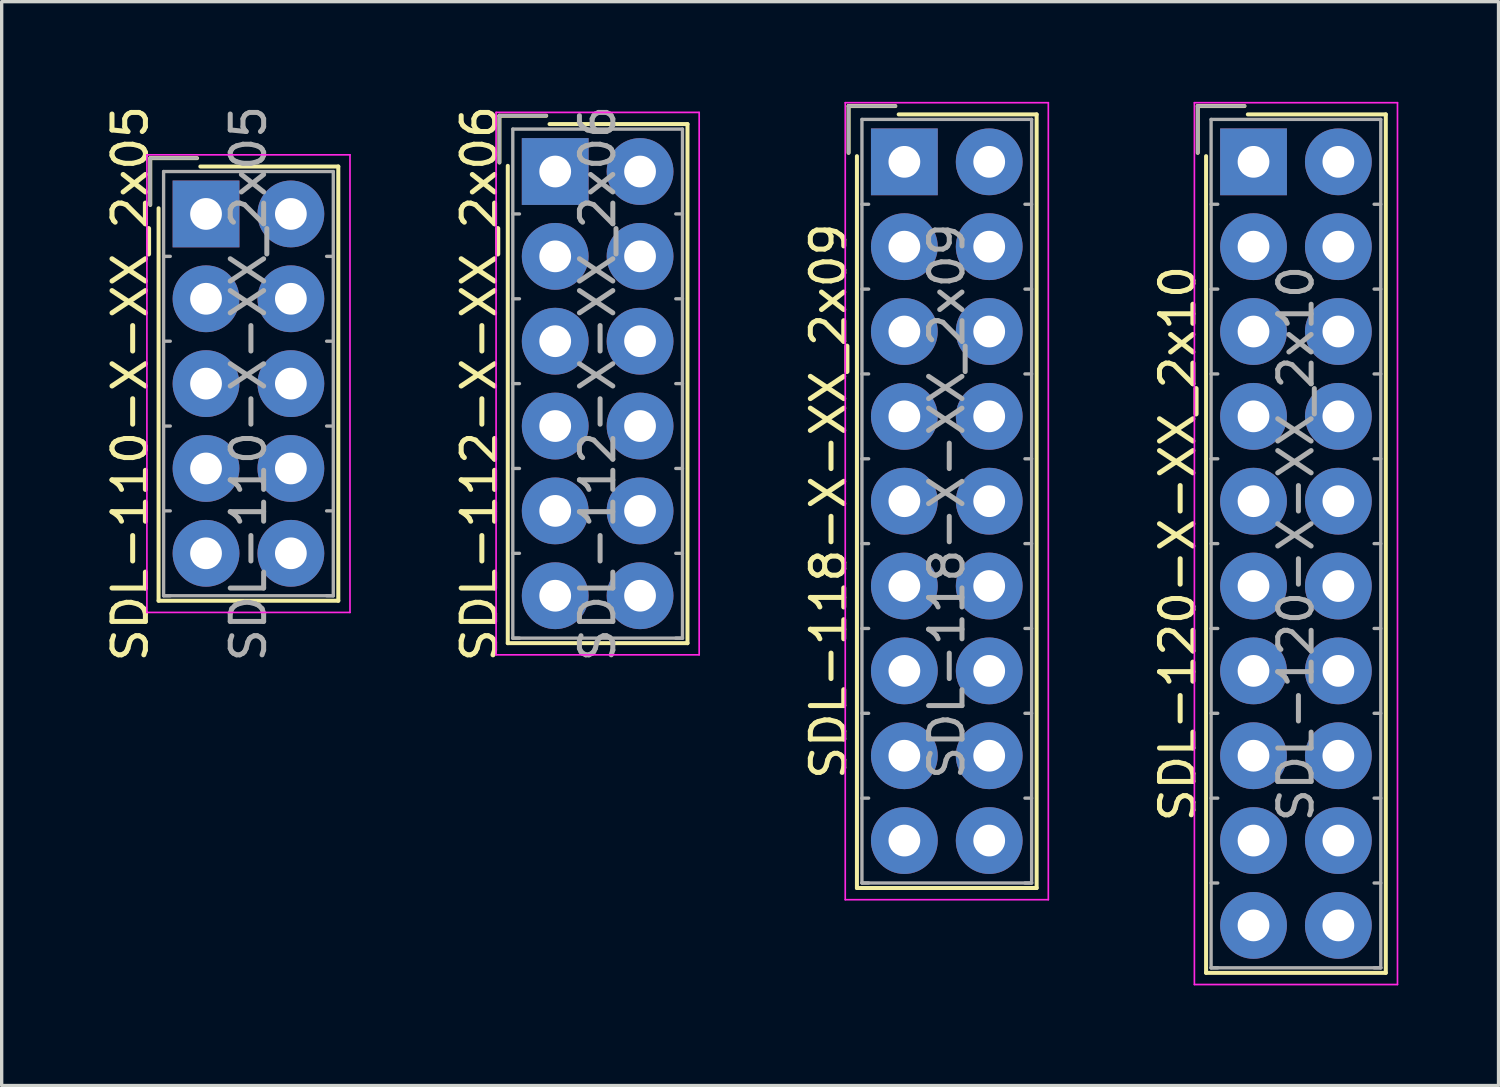
<source format=kicad_pcb>
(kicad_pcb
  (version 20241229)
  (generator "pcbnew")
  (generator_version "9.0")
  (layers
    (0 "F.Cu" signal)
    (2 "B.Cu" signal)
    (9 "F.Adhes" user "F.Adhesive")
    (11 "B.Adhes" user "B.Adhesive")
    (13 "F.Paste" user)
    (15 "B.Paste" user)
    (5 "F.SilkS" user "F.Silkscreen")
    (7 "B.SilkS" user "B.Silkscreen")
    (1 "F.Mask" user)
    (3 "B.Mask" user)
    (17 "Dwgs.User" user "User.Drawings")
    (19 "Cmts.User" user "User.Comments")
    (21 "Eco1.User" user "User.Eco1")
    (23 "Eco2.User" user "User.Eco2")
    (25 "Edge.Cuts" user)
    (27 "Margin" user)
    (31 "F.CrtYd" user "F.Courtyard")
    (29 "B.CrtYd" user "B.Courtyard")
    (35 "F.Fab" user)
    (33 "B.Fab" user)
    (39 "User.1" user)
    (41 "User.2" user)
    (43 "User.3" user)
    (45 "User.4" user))
  (footprint "SDL-110-X-XX_2x05"
    (layer "F.Cu")
    (at 3.118 3.355)
    (property "Reference" "SDL-110-X-XX_2x05" (at -2.27 5.08 90) (layer "F.SilkS") (effects (font (size 1 1) (thickness 0.15))))
    (attr through_hole)
    (fp_line (start -1.67 -1.67) (end -1.67 -0.27) (stroke (width 0.12) (type solid)) (layer "F.SilkS"))
    (fp_line (start -1.42 11.58) (end -1.42 -0.17) (stroke (width 0.12) (type solid)) (layer "F.SilkS"))
    (fp_line (start -0.27 -1.67) (end -1.67 -1.67) (stroke (width 0.12) (type solid)) (layer "F.SilkS"))
    (fp_line (start -0.17 -1.42) (end 3.96 -1.42) (stroke (width 0.12) (type solid)) (layer "F.SilkS"))
    (fp_line (start 3.96 -1.42) (end 3.96 11.58) (stroke (width 0.12) (type solid)) (layer "F.SilkS"))
    (fp_line (start 3.96 11.58) (end -1.42 11.58) (stroke (width 0.12) (type solid)) (layer "F.SilkS"))
    (fp_line (start -1.77 -1.77) (end -1.77 11.93) (stroke (width 0.05) (type solid)) (layer "F.CrtYd"))
    (fp_line (start -1.77 11.93) (end 4.31 11.93) (stroke (width 0.05) (type solid)) (layer "F.CrtYd"))
    (fp_line (start 4.31 -1.77) (end -1.77 -1.77) (stroke (width 0.05) (type solid)) (layer "F.CrtYd"))
    (fp_line (start 4.31 11.93) (end 4.31 -1.77) (stroke (width 0.05) (type solid)) (layer "F.CrtYd"))
    (fp_line (start -1.67 -1.67) (end -1.67 -0.27) (stroke (width 0.1) (type solid)) (layer "F.Fab"))
    (fp_line (start -1.27 -1.27) (end -1.27 11.43) (stroke (width 0.1) (type solid)) (layer "F.Fab"))
    (fp_line (start -1.27 1.27) (end -1.07 1.27) (stroke (width 0.1) (type solid)) (layer "F.Fab"))
    (fp_line (start -1.27 3.81) (end -1.07 3.81) (stroke (width 0.1) (type solid)) (layer "F.Fab"))
    (fp_line (start -1.27 6.35) (end -1.07 6.35) (stroke (width 0.1) (type solid)) (layer "F.Fab"))
    (fp_line (start -1.27 8.89) (end -1.07 8.89) (stroke (width 0.1) (type solid)) (layer "F.Fab"))
    (fp_line (start -1.27 11.43) (end -1.07 11.43) (stroke (width 0.1) (type solid)) (layer "F.Fab"))
    (fp_line (start -1.27 11.43) (end 3.81 11.43) (stroke (width 0.1) (type solid)) (layer "F.Fab"))
    (fp_line (start -0.27 -1.67) (end -1.67 -1.67) (stroke (width 0.1) (type solid)) (layer "F.Fab"))
    (fp_line (start 3.81 -1.27) (end -1.27 -1.27) (stroke (width 0.1) (type solid)) (layer "F.Fab"))
    (fp_line (start 3.81 1.27) (end 3.61 1.27) (stroke (width 0.1) (type solid)) (layer "F.Fab"))
    (fp_line (start 3.81 3.81) (end 3.61 3.81) (stroke (width 0.1) (type solid)) (layer "F.Fab"))
    (fp_line (start 3.81 6.35) (end 3.61 6.35) (stroke (width 0.1) (type solid)) (layer "F.Fab"))
    (fp_line (start 3.81 8.89) (end 3.61 8.89) (stroke (width 0.1) (type solid)) (layer "F.Fab"))
    (fp_line (start 3.81 11.43) (end 3.61 11.43) (stroke (width 0.1) (type solid)) (layer "F.Fab"))
    (fp_line (start 3.81 11.43) (end 3.81 -1.27) (stroke (width 0.1) (type solid)) (layer "F.Fab"))
    (fp_text user "${REFERENCE}" (at 1.27 5.08 90) (layer "F.Fab") (effects (font (size 1 1) (thickness 0.15))))
    (pad "1" thru_hole rect (at 0 0) (size 2 2) (drill 0.95) (layers "*.Cu" "*.Mask"))
    (pad "2" thru_hole circle (at 2.54 0) (size 2 2) (drill 0.95) (layers "*.Cu" "*.Mask"))
    (pad "3" thru_hole circle (at 0 2.54) (size 2 2) (drill 0.95) (layers "*.Cu" "*.Mask"))
    (pad "4" thru_hole circle (at 2.54 2.54) (size 2 2) (drill 0.95) (layers "*.Cu" "*.Mask"))
    (pad "5" thru_hole circle (at 0 5.08) (size 2 2) (drill 0.95) (layers "*.Cu" "*.Mask"))
    (pad "6" thru_hole circle (at 2.54 5.08) (size 2 2) (drill 0.95) (layers "*.Cu" "*.Mask"))
    (pad "7" thru_hole circle (at 0 7.62) (size 2 2) (drill 0.95) (layers "*.Cu" "*.Mask"))
    (pad "8" thru_hole circle (at 2.54 7.62) (size 2 2) (drill 0.95) (layers "*.Cu" "*.Mask"))
    (pad "9" thru_hole circle (at 0 10.16) (size 2 2) (drill 0.95) (layers "*.Cu" "*.Mask"))
    (pad "10" thru_hole circle (at 2.54 10.16) (size 2 2) (drill 0.95) (layers "*.Cu" "*.Mask")))
  (footprint "SDL-112-X-XX_2x06"
    (layer "F.Cu")
    (at 13.572 2.085)
    (property "Reference" "SDL-112-X-XX_2x06" (at -2.27 6.35 90) (layer "F.SilkS") (effects (font (size 1 1) (thickness 0.15))))
    (attr through_hole)
    (fp_line (start -1.67 -1.67) (end -1.67 -0.27) (stroke (width 0.12) (type solid)) (layer "F.SilkS"))
    (fp_line (start -1.42 14.12) (end -1.42 -0.17) (stroke (width 0.12) (type solid)) (layer "F.SilkS"))
    (fp_line (start -0.27 -1.67) (end -1.67 -1.67) (stroke (width 0.12) (type solid)) (layer "F.SilkS"))
    (fp_line (start -0.17 -1.42) (end 3.96 -1.42) (stroke (width 0.12) (type solid)) (layer "F.SilkS"))
    (fp_line (start 3.96 -1.42) (end 3.96 14.12) (stroke (width 0.12) (type solid)) (layer "F.SilkS"))
    (fp_line (start 3.96 14.12) (end -1.42 14.12) (stroke (width 0.12) (type solid)) (layer "F.SilkS"))
    (fp_line (start -1.77 -1.77) (end -1.77 14.47) (stroke (width 0.05) (type solid)) (layer "F.CrtYd"))
    (fp_line (start -1.77 14.47) (end 4.31 14.47) (stroke (width 0.05) (type solid)) (layer "F.CrtYd"))
    (fp_line (start 4.31 -1.77) (end -1.77 -1.77) (stroke (width 0.05) (type solid)) (layer "F.CrtYd"))
    (fp_line (start 4.31 14.47) (end 4.31 -1.77) (stroke (width 0.05) (type solid)) (layer "F.CrtYd"))
    (fp_line (start -1.67 -1.67) (end -1.67 -0.27) (stroke (width 0.1) (type solid)) (layer "F.Fab"))
    (fp_line (start -1.27 -1.27) (end -1.27 13.97) (stroke (width 0.1) (type solid)) (layer "F.Fab"))
    (fp_line (start -1.27 1.27) (end -1.07 1.27) (stroke (width 0.1) (type solid)) (layer "F.Fab"))
    (fp_line (start -1.27 3.81) (end -1.07 3.81) (stroke (width 0.1) (type solid)) (layer "F.Fab"))
    (fp_line (start -1.27 6.35) (end -1.07 6.35) (stroke (width 0.1) (type solid)) (layer "F.Fab"))
    (fp_line (start -1.27 8.89) (end -1.07 8.89) (stroke (width 0.1) (type solid)) (layer "F.Fab"))
    (fp_line (start -1.27 11.43) (end -1.07 11.43) (stroke (width 0.1) (type solid)) (layer "F.Fab"))
    (fp_line (start -1.27 13.97) (end -1.07 13.97) (stroke (width 0.1) (type solid)) (layer "F.Fab"))
    (fp_line (start -1.27 13.97) (end 3.81 13.97) (stroke (width 0.1) (type solid)) (layer "F.Fab"))
    (fp_line (start -0.27 -1.67) (end -1.67 -1.67) (stroke (width 0.1) (type solid)) (layer "F.Fab"))
    (fp_line (start 3.81 -1.27) (end -1.27 -1.27) (stroke (width 0.1) (type solid)) (layer "F.Fab"))
    (fp_line (start 3.81 1.27) (end 3.61 1.27) (stroke (width 0.1) (type solid)) (layer "F.Fab"))
    (fp_line (start 3.81 3.81) (end 3.61 3.81) (stroke (width 0.1) (type solid)) (layer "F.Fab"))
    (fp_line (start 3.81 6.35) (end 3.61 6.35) (stroke (width 0.1) (type solid)) (layer "F.Fab"))
    (fp_line (start 3.81 8.89) (end 3.61 8.89) (stroke (width 0.1) (type solid)) (layer "F.Fab"))
    (fp_line (start 3.81 11.43) (end 3.61 11.43) (stroke (width 0.1) (type solid)) (layer "F.Fab"))
    (fp_line (start 3.81 13.97) (end 3.61 13.97) (stroke (width 0.1) (type solid)) (layer "F.Fab"))
    (fp_line (start 3.81 13.97) (end 3.81 -1.27) (stroke (width 0.1) (type solid)) (layer "F.Fab"))
    (fp_text user "${REFERENCE}" (at 1.27 6.35 90) (layer "F.Fab") (effects (font (size 1 1) (thickness 0.15))))
    (pad "1" thru_hole rect (at 0 0) (size 2 2) (drill 0.95) (layers "*.Cu" "*.Mask"))
    (pad "2" thru_hole circle (at 2.54 0) (size 2 2) (drill 0.95) (layers "*.Cu" "*.Mask"))
    (pad "3" thru_hole circle (at 0 2.54) (size 2 2) (drill 0.95) (layers "*.Cu" "*.Mask"))
    (pad "4" thru_hole circle (at 2.54 2.54) (size 2 2) (drill 0.95) (layers "*.Cu" "*.Mask"))
    (pad "5" thru_hole circle (at 0 5.08) (size 2 2) (drill 0.95) (layers "*.Cu" "*.Mask"))
    (pad "6" thru_hole circle (at 2.54 5.08) (size 2 2) (drill 0.95) (layers "*.Cu" "*.Mask"))
    (pad "7" thru_hole circle (at 0 7.62) (size 2 2) (drill 0.95) (layers "*.Cu" "*.Mask"))
    (pad "8" thru_hole circle (at 2.54 7.62) (size 2 2) (drill 0.95) (layers "*.Cu" "*.Mask"))
    (pad "9" thru_hole circle (at 0 10.16) (size 2 2) (drill 0.95) (layers "*.Cu" "*.Mask"))
    (pad "10" thru_hole circle (at 2.54 10.16) (size 2 2) (drill 0.95) (layers "*.Cu" "*.Mask"))
    (pad "11" thru_hole circle (at 0 12.7) (size 2 2) (drill 0.95) (layers "*.Cu" "*.Mask"))
    (pad "12" thru_hole circle (at 2.54 12.7) (size 2 2) (drill 0.95) (layers "*.Cu" "*.Mask")))
  (footprint "SDL-120-X-XX_2x10"
    (layer "F.Cu")
    (at 34.478 1.795)
    (property "Reference" "SDL-120-X-XX_2x10" (at -2.27 11.43 90) (layer "F.SilkS") (effects (font (size 1 1) (thickness 0.15))))
    (attr through_hole)
    (fp_line (start -1.67 -1.67) (end -1.67 -0.27) (stroke (width 0.12) (type solid)) (layer "F.SilkS"))
    (fp_line (start -1.42 24.28) (end -1.42 -0.17) (stroke (width 0.12) (type solid)) (layer "F.SilkS"))
    (fp_line (start -0.27 -1.67) (end -1.67 -1.67) (stroke (width 0.12) (type solid)) (layer "F.SilkS"))
    (fp_line (start -0.17 -1.42) (end 3.96 -1.42) (stroke (width 0.12) (type solid)) (layer "F.SilkS"))
    (fp_line (start 3.96 -1.42) (end 3.96 24.28) (stroke (width 0.12) (type solid)) (layer "F.SilkS"))
    (fp_line (start 3.96 24.28) (end -1.42 24.28) (stroke (width 0.12) (type solid)) (layer "F.SilkS"))
    (fp_line (start -1.77 -1.77) (end -1.77 24.63) (stroke (width 0.05) (type solid)) (layer "F.CrtYd"))
    (fp_line (start -1.77 24.63) (end 4.31 24.63) (stroke (width 0.05) (type solid)) (layer "F.CrtYd"))
    (fp_line (start 4.31 -1.77) (end -1.77 -1.77) (stroke (width 0.05) (type solid)) (layer "F.CrtYd"))
    (fp_line (start 4.31 24.63) (end 4.31 -1.77) (stroke (width 0.05) (type solid)) (layer "F.CrtYd"))
    (fp_line (start -1.67 -1.67) (end -1.67 -0.27) (stroke (width 0.1) (type solid)) (layer "F.Fab"))
    (fp_line (start -1.27 -1.27) (end -1.27 24.13) (stroke (width 0.1) (type solid)) (layer "F.Fab"))
    (fp_line (start -1.27 1.27) (end -1.07 1.27) (stroke (width 0.1) (type solid)) (layer "F.Fab"))
    (fp_line (start -1.27 3.81) (end -1.07 3.81) (stroke (width 0.1) (type solid)) (layer "F.Fab"))
    (fp_line (start -1.27 6.35) (end -1.07 6.35) (stroke (width 0.1) (type solid)) (layer "F.Fab"))
    (fp_line (start -1.27 8.89) (end -1.07 8.89) (stroke (width 0.1) (type solid)) (layer "F.Fab"))
    (fp_line (start -1.27 11.43) (end -1.07 11.43) (stroke (width 0.1) (type solid)) (layer "F.Fab"))
    (fp_line (start -1.27 13.97) (end -1.07 13.97) (stroke (width 0.1) (type solid)) (layer "F.Fab"))
    (fp_line (start -1.27 16.51) (end -1.07 16.51) (stroke (width 0.1) (type solid)) (layer "F.Fab"))
    (fp_line (start -1.27 19.05) (end -1.07 19.05) (stroke (width 0.1) (type solid)) (layer "F.Fab"))
    (fp_line (start -1.27 21.59) (end -1.07 21.59) (stroke (width 0.1) (type solid)) (layer "F.Fab"))
    (fp_line (start -1.27 24.13) (end -1.07 24.13) (stroke (width 0.1) (type solid)) (layer "F.Fab"))
    (fp_line (start -1.27 24.13) (end 3.81 24.13) (stroke (width 0.1) (type solid)) (layer "F.Fab"))
    (fp_line (start -0.27 -1.67) (end -1.67 -1.67) (stroke (width 0.1) (type solid)) (layer "F.Fab"))
    (fp_line (start 3.81 -1.27) (end -1.27 -1.27) (stroke (width 0.1) (type solid)) (layer "F.Fab"))
    (fp_line (start 3.81 1.27) (end 3.61 1.27) (stroke (width 0.1) (type solid)) (layer "F.Fab"))
    (fp_line (start 3.81 3.81) (end 3.61 3.81) (stroke (width 0.1) (type solid)) (layer "F.Fab"))
    (fp_line (start 3.81 6.35) (end 3.61 6.35) (stroke (width 0.1) (type solid)) (layer "F.Fab"))
    (fp_line (start 3.81 8.89) (end 3.61 8.89) (stroke (width 0.1) (type solid)) (layer "F.Fab"))
    (fp_line (start 3.81 11.43) (end 3.61 11.43) (stroke (width 0.1) (type solid)) (layer "F.Fab"))
    (fp_line (start 3.81 13.97) (end 3.61 13.97) (stroke (width 0.1) (type solid)) (layer "F.Fab"))
    (fp_line (start 3.81 16.51) (end 3.61 16.51) (stroke (width 0.1) (type solid)) (layer "F.Fab"))
    (fp_line (start 3.81 19.05) (end 3.61 19.05) (stroke (width 0.1) (type solid)) (layer "F.Fab"))
    (fp_line (start 3.81 21.59) (end 3.61 21.59) (stroke (width 0.1) (type solid)) (layer "F.Fab"))
    (fp_line (start 3.81 24.13) (end 3.61 24.13) (stroke (width 0.1) (type solid)) (layer "F.Fab"))
    (fp_line (start 3.81 24.13) (end 3.81 -1.27) (stroke (width 0.1) (type solid)) (layer "F.Fab"))
    (fp_text user "${REFERENCE}" (at 1.27 11.43 90) (layer "F.Fab") (effects (font (size 1 1) (thickness 0.15))))
    (pad "1" thru_hole rect (at 0 0) (size 2 2) (drill 0.95) (layers "*.Cu" "*.Mask"))
    (pad "2" thru_hole circle (at 2.54 0) (size 2 2) (drill 0.95) (layers "*.Cu" "*.Mask"))
    (pad "3" thru_hole circle (at 0 2.54) (size 2 2) (drill 0.95) (layers "*.Cu" "*.Mask"))
    (pad "4" thru_hole circle (at 2.54 2.54) (size 2 2) (drill 0.95) (layers "*.Cu" "*.Mask"))
    (pad "5" thru_hole circle (at 0 5.08) (size 2 2) (drill 0.95) (layers "*.Cu" "*.Mask"))
    (pad "6" thru_hole circle (at 2.54 5.08) (size 2 2) (drill 0.95) (layers "*.Cu" "*.Mask"))
    (pad "7" thru_hole circle (at 0 7.62) (size 2 2) (drill 0.95) (layers "*.Cu" "*.Mask"))
    (pad "8" thru_hole circle (at 2.54 7.62) (size 2 2) (drill 0.95) (layers "*.Cu" "*.Mask"))
    (pad "9" thru_hole circle (at 0 10.16) (size 2 2) (drill 0.95) (layers "*.Cu" "*.Mask"))
    (pad "10" thru_hole circle (at 2.54 10.16) (size 2 2) (drill 0.95) (layers "*.Cu" "*.Mask"))
    (pad "11" thru_hole circle (at 0 12.7) (size 2 2) (drill 0.95) (layers "*.Cu" "*.Mask"))
    (pad "12" thru_hole circle (at 2.54 12.7) (size 2 2) (drill 0.95) (layers "*.Cu" "*.Mask"))
    (pad "13" thru_hole circle (at 0 15.24) (size 2 2) (drill 0.95) (layers "*.Cu" "*.Mask"))
    (pad "14" thru_hole circle (at 2.54 15.24) (size 2 2) (drill 0.95) (layers "*.Cu" "*.Mask"))
    (pad "15" thru_hole circle (at 0 17.78) (size 2 2) (drill 0.95) (layers "*.Cu" "*.Mask"))
    (pad "16" thru_hole circle (at 2.54 17.78) (size 2 2) (drill 0.95) (layers "*.Cu" "*.Mask"))
    (pad "17" thru_hole circle (at 0 20.32) (size 2 2) (drill 0.95) (layers "*.Cu" "*.Mask"))
    (pad "18" thru_hole circle (at 2.54 20.32) (size 2 2) (drill 0.95) (layers "*.Cu" "*.Mask"))
    (pad "19" thru_hole circle (at 0 22.86) (size 2 2) (drill 0.95) (layers "*.Cu" "*.Mask"))
    (pad "20" thru_hole circle (at 2.54 22.86) (size 2 2) (drill 0.95) (layers "*.Cu" "*.Mask")))
  (footprint "SDL-118-X-XX_2x09"
    (layer "F.Cu")
    (at 24.025 1.795)
    (property "Reference" "SDL-118-X-XX_2x09" (at -2.27 10.16 90) (layer "F.SilkS") (effects (font (size 1 1) (thickness 0.15))))
    (attr through_hole)
    (fp_line (start -1.67 -1.67) (end -1.67 -0.27) (stroke (width 0.12) (type solid)) (layer "F.SilkS"))
    (fp_line (start -1.42 21.74) (end -1.42 -0.17) (stroke (width 0.12) (type solid)) (layer "F.SilkS"))
    (fp_line (start -0.27 -1.67) (end -1.67 -1.67) (stroke (width 0.12) (type solid)) (layer "F.SilkS"))
    (fp_line (start -0.17 -1.42) (end 3.96 -1.42) (stroke (width 0.12) (type solid)) (layer "F.SilkS"))
    (fp_line (start 3.96 -1.42) (end 3.96 21.74) (stroke (width 0.12) (type solid)) (layer "F.SilkS"))
    (fp_line (start 3.96 21.74) (end -1.42 21.74) (stroke (width 0.12) (type solid)) (layer "F.SilkS"))
    (fp_line (start -1.77 -1.77) (end -1.77 22.09) (stroke (width 0.05) (type solid)) (layer "F.CrtYd"))
    (fp_line (start -1.77 22.09) (end 4.31 22.09) (stroke (width 0.05) (type solid)) (layer "F.CrtYd"))
    (fp_line (start 4.31 -1.77) (end -1.77 -1.77) (stroke (width 0.05) (type solid)) (layer "F.CrtYd"))
    (fp_line (start 4.31 22.09) (end 4.31 -1.77) (stroke (width 0.05) (type solid)) (layer "F.CrtYd"))
    (fp_line (start -1.67 -1.67) (end -1.67 -0.27) (stroke (width 0.1) (type solid)) (layer "F.Fab"))
    (fp_line (start -1.27 -1.27) (end -1.27 21.59) (stroke (width 0.1) (type solid)) (layer "F.Fab"))
    (fp_line (start -1.27 1.27) (end -1.07 1.27) (stroke (width 0.1) (type solid)) (layer "F.Fab"))
    (fp_line (start -1.27 3.81) (end -1.07 3.81) (stroke (width 0.1) (type solid)) (layer "F.Fab"))
    (fp_line (start -1.27 6.35) (end -1.07 6.35) (stroke (width 0.1) (type solid)) (layer "F.Fab"))
    (fp_line (start -1.27 8.89) (end -1.07 8.89) (stroke (width 0.1) (type solid)) (layer "F.Fab"))
    (fp_line (start -1.27 11.43) (end -1.07 11.43) (stroke (width 0.1) (type solid)) (layer "F.Fab"))
    (fp_line (start -1.27 13.97) (end -1.07 13.97) (stroke (width 0.1) (type solid)) (layer "F.Fab"))
    (fp_line (start -1.27 16.51) (end -1.07 16.51) (stroke (width 0.1) (type solid)) (layer "F.Fab"))
    (fp_line (start -1.27 19.05) (end -1.07 19.05) (stroke (width 0.1) (type solid)) (layer "F.Fab"))
    (fp_line (start -1.27 21.59) (end -1.07 21.59) (stroke (width 0.1) (type solid)) (layer "F.Fab"))
    (fp_line (start -1.27 21.59) (end 3.81 21.59) (stroke (width 0.1) (type solid)) (layer "F.Fab"))
    (fp_line (start -0.27 -1.67) (end -1.67 -1.67) (stroke (width 0.1) (type solid)) (layer "F.Fab"))
    (fp_line (start 3.81 -1.27) (end -1.27 -1.27) (stroke (width 0.1) (type solid)) (layer "F.Fab"))
    (fp_line (start 3.81 1.27) (end 3.61 1.27) (stroke (width 0.1) (type solid)) (layer "F.Fab"))
    (fp_line (start 3.81 3.81) (end 3.61 3.81) (stroke (width 0.1) (type solid)) (layer "F.Fab"))
    (fp_line (start 3.81 6.35) (end 3.61 6.35) (stroke (width 0.1) (type solid)) (layer "F.Fab"))
    (fp_line (start 3.81 8.89) (end 3.61 8.89) (stroke (width 0.1) (type solid)) (layer "F.Fab"))
    (fp_line (start 3.81 11.43) (end 3.61 11.43) (stroke (width 0.1) (type solid)) (layer "F.Fab"))
    (fp_line (start 3.81 13.97) (end 3.61 13.97) (stroke (width 0.1) (type solid)) (layer "F.Fab"))
    (fp_line (start 3.81 16.51) (end 3.61 16.51) (stroke (width 0.1) (type solid)) (layer "F.Fab"))
    (fp_line (start 3.81 19.05) (end 3.61 19.05) (stroke (width 0.1) (type solid)) (layer "F.Fab"))
    (fp_line (start 3.81 21.59) (end 3.61 21.59) (stroke (width 0.1) (type solid)) (layer "F.Fab"))
    (fp_line (start 3.81 21.59) (end 3.81 -1.27) (stroke (width 0.1) (type solid)) (layer "F.Fab"))
    (fp_text user "${REFERENCE}" (at 1.27 10.16 90) (layer "F.Fab") (effects (font (size 1 1) (thickness 0.15))))
    (pad "1" thru_hole rect (at 0 0) (size 2 2) (drill 0.95) (layers "*.Cu" "*.Mask"))
    (pad "2" thru_hole circle (at 2.54 0) (size 2 2) (drill 0.95) (layers "*.Cu" "*.Mask"))
    (pad "3" thru_hole circle (at 0 2.54) (size 2 2) (drill 0.95) (layers "*.Cu" "*.Mask"))
    (pad "4" thru_hole circle (at 2.54 2.54) (size 2 2) (drill 0.95) (layers "*.Cu" "*.Mask"))
    (pad "5" thru_hole circle (at 0 5.08) (size 2 2) (drill 0.95) (layers "*.Cu" "*.Mask"))
    (pad "6" thru_hole circle (at 2.54 5.08) (size 2 2) (drill 0.95) (layers "*.Cu" "*.Mask"))
    (pad "7" thru_hole circle (at 0 7.62) (size 2 2) (drill 0.95) (layers "*.Cu" "*.Mask"))
    (pad "8" thru_hole circle (at 2.54 7.62) (size 2 2) (drill 0.95) (layers "*.Cu" "*.Mask"))
    (pad "9" thru_hole circle (at 0 10.16) (size 2 2) (drill 0.95) (layers "*.Cu" "*.Mask"))
    (pad "10" thru_hole circle (at 2.54 10.16) (size 2 2) (drill 0.95) (layers "*.Cu" "*.Mask"))
    (pad "11" thru_hole circle (at 0 12.7) (size 2 2) (drill 0.95) (layers "*.Cu" "*.Mask"))
    (pad "12" thru_hole circle (at 2.54 12.7) (size 2 2) (drill 0.95) (layers "*.Cu" "*.Mask"))
    (pad "13" thru_hole circle (at 0 15.24) (size 2 2) (drill 0.95) (layers "*.Cu" "*.Mask"))
    (pad "14" thru_hole circle (at 2.54 15.24) (size 2 2) (drill 0.95) (layers "*.Cu" "*.Mask"))
    (pad "15" thru_hole circle (at 0 17.78) (size 2 2) (drill 0.95) (layers "*.Cu" "*.Mask"))
    (pad "16" thru_hole circle (at 2.54 17.78) (size 2 2) (drill 0.95) (layers "*.Cu" "*.Mask"))
    (pad "17" thru_hole circle (at 0 20.32) (size 2 2) (drill 0.95) (layers "*.Cu" "*.Mask"))
    (pad "18" thru_hole circle (at 2.54 20.32) (size 2 2) (drill 0.95) (layers "*.Cu" "*.Mask")))
  (gr_rect
    (start -3 -3)
    (end 41.813 29.45)
    (stroke (width 0.1) (type default))
    (fill no)
    (layer "Edge.Cuts")))
</source>
